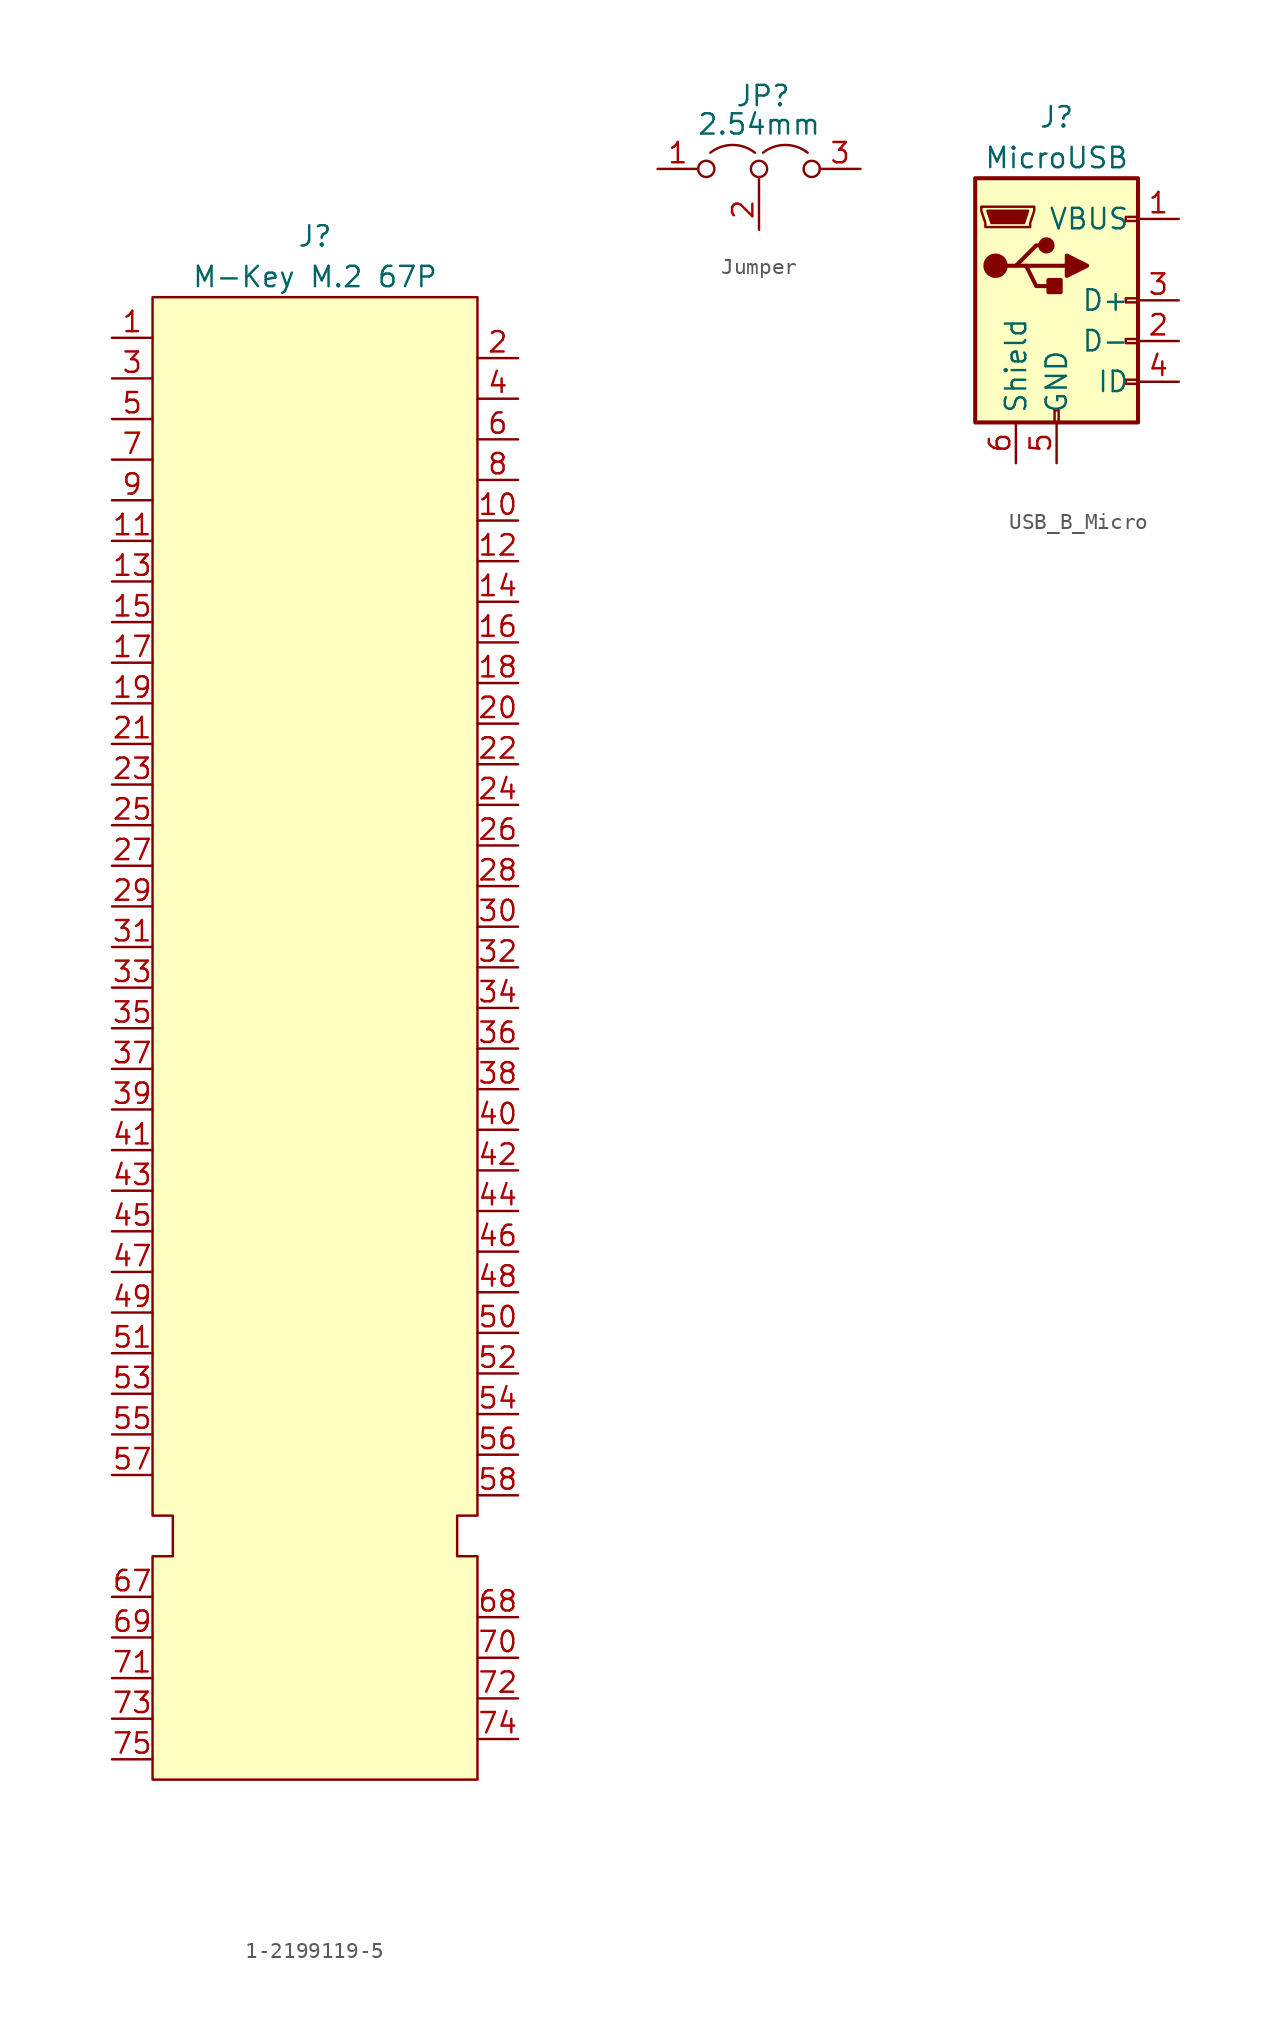
<source format=kicad_sym>
(kicad_symbol_lib
  (version 20241209)
  (generator "kicad_symbol_editor")
  (generator_version "9.0")
  (symbol "1-2199119-5"
    (property "Reference" "J"
      (at 0 57.15 0)
      (effects (font (size 1.27 1.27))))
    (property "Value" "M-Key M.2 67P"
      (at 0 54.61 0)
      (effects (font (size 1.27 1.27))))
    (symbol "1-2199119-5_0_0"
      (pin unspecified line (at -12.7 50.8 0) (length 2.54) (name "" (effects (font (size 1.27 1.27)))) (number "1" (effects (font (size 1.27 1.27)))))
      (pin unspecified line (at -12.7 48.26 0) (length 2.54) (name "" (effects (font (size 1.27 1.27)))) (number "3" (effects (font (size 1.27 1.27)))))
      (pin unspecified line (at -12.7 45.72 0) (length 2.54) (name "" (effects (font (size 1.27 1.27)))) (number "5" (effects (font (size 1.27 1.27)))))
      (pin unspecified line (at -12.7 43.18 0) (length 2.54) (name "" (effects (font (size 1.27 1.27)))) (number "7" (effects (font (size 1.27 1.27)))))
      (pin unspecified line (at -12.7 40.64 0) (length 2.54) (name "" (effects (font (size 1.27 1.27)))) (number "9" (effects (font (size 1.27 1.27)))))
      (pin unspecified line (at -12.7 38.1 0) (length 2.54) (name "" (effects (font (size 1.27 1.27)))) (number "11" (effects (font (size 1.27 1.27)))))
      (pin unspecified line (at -12.7 35.56 0) (length 2.54) (name "" (effects (font (size 1.27 1.27)))) (number "13" (effects (font (size 1.27 1.27)))))
      (pin unspecified line (at -12.7 33.02 0) (length 2.54) (name "" (effects (font (size 1.27 1.27)))) (number "15" (effects (font (size 1.27 1.27)))))
      (pin unspecified line (at -12.7 30.48 0) (length 2.54) (name "" (effects (font (size 1.27 1.27)))) (number "17" (effects (font (size 1.27 1.27)))))
      (pin unspecified line (at -12.7 27.94 0) (length 2.54) (name "" (effects (font (size 1.27 1.27)))) (number "19" (effects (font (size 1.27 1.27)))))
      (pin unspecified line (at -12.7 25.4 0) (length 2.54) (name "" (effects (font (size 1.27 1.27)))) (number "21" (effects (font (size 1.27 1.27)))))
      (pin unspecified line (at -12.7 22.86 0) (length 2.54) (name "" (effects (font (size 1.27 1.27)))) (number "23" (effects (font (size 1.27 1.27)))))
      (pin unspecified line (at -12.7 20.32 0) (length 2.54) (name "" (effects (font (size 1.27 1.27)))) (number "25" (effects (font (size 1.27 1.27)))))
      (pin unspecified line (at -12.7 17.78 0) (length 2.54) (name "" (effects (font (size 1.27 1.27)))) (number "27" (effects (font (size 1.27 1.27)))))
      (pin unspecified line (at -12.7 15.24 0) (length 2.54) (name "" (effects (font (size 1.27 1.27)))) (number "29" (effects (font (size 1.27 1.27)))))
      (pin unspecified line (at -12.7 12.7 0) (length 2.54) (name "" (effects (font (size 1.27 1.27)))) (number "31" (effects (font (size 1.27 1.27)))))
      (pin unspecified line (at -12.7 10.16 0) (length 2.54) (name "" (effects (font (size 1.27 1.27)))) (number "33" (effects (font (size 1.27 1.27)))))
      (pin unspecified line (at -12.7 7.62 0) (length 2.54) (name "" (effects (font (size 1.27 1.27)))) (number "35" (effects (font (size 1.27 1.27)))))
      (pin unspecified line (at -12.7 5.08 0) (length 2.54) (name "" (effects (font (size 1.27 1.27)))) (number "37" (effects (font (size 1.27 1.27)))))
      (pin unspecified line (at -12.7 2.54 0) (length 2.54) (name "" (effects (font (size 1.27 1.27)))) (number "39" (effects (font (size 1.27 1.27)))))
      (pin unspecified line (at -12.7 0 0) (length 2.54) (name "" (effects (font (size 1.27 1.27)))) (number "41" (effects (font (size 1.27 1.27)))))
      (pin unspecified line (at -12.7 -2.54 0) (length 2.54) (name "" (effects (font (size 1.27 1.27)))) (number "43" (effects (font (size 1.27 1.27)))))
      (pin unspecified line (at -12.7 -5.08 0) (length 2.54) (name "" (effects (font (size 1.27 1.27)))) (number "45" (effects (font (size 1.27 1.27)))))
      (pin unspecified line (at -12.7 -7.62 0) (length 2.54) (name "" (effects (font (size 1.27 1.27)))) (number "47" (effects (font (size 1.27 1.27)))))
      (pin unspecified line (at -12.7 -10.16 0) (length 2.54) (name "" (effects (font (size 1.27 1.27)))) (number "49" (effects (font (size 1.27 1.27)))))
      (pin unspecified line (at -12.7 -12.7 0) (length 2.54) (name "" (effects (font (size 1.27 1.27)))) (number "51" (effects (font (size 1.27 1.27)))))
      (pin unspecified line (at -12.7 -15.24 0) (length 2.54) (name "" (effects (font (size 1.27 1.27)))) (number "53" (effects (font (size 1.27 1.27)))))
      (pin unspecified line (at -12.7 -17.78 0) (length 2.54) (name "" (effects (font (size 1.27 1.27)))) (number "55" (effects (font (size 1.27 1.27)))))
      (pin unspecified line (at -12.7 -20.32 0) (length 2.54) (name "" (effects (font (size 1.27 1.27)))) (number "57" (effects (font (size 1.27 1.27)))))
      (pin unspecified line (at -12.7 -27.94 0) (length 2.54) (name "" (effects (font (size 1.27 1.27)))) (number "67" (effects (font (size 1.27 1.27)))))
      (pin unspecified line (at -12.7 -30.48 0) (length 2.54) (name "" (effects (font (size 1.27 1.27)))) (number "69" (effects (font (size 1.27 1.27)))))
      (pin unspecified line (at -12.7 -33.02 0) (length 2.54) (name "" (effects (font (size 1.27 1.27)))) (number "71" (effects (font (size 1.27 1.27)))))
      (pin unspecified line (at -12.7 -35.56 0) (length 2.54) (name "" (effects (font (size 1.27 1.27)))) (number "73" (effects (font (size 1.27 1.27)))))
      (pin unspecified line (at -12.7 -38.1 0) (length 2.54) (name "" (effects (font (size 1.27 1.27)))) (number "75" (effects (font (size 1.27 1.27)))))
      (pin unspecified line (at 12.7 49.53 180) (length 2.54) (name "" (effects (font (size 1.27 1.27)))) (number "2" (effects (font (size 1.27 1.27)))))
      (pin unspecified line (at 12.7 46.99 180) (length 2.54) (name "" (effects (font (size 1.27 1.27)))) (number "4" (effects (font (size 1.27 1.27)))))
      (pin unspecified line (at 12.7 44.45 180) (length 2.54) (name "" (effects (font (size 1.27 1.27)))) (number "6" (effects (font (size 1.27 1.27)))))
      (pin unspecified line (at 12.7 41.91 180) (length 2.54) (name "" (effects (font (size 1.27 1.27)))) (number "8" (effects (font (size 1.27 1.27)))))
      (pin unspecified line (at 12.7 39.37 180) (length 2.54) (name "" (effects (font (size 1.27 1.27)))) (number "10" (effects (font (size 1.27 1.27)))))
      (pin unspecified line (at 12.7 36.83 180) (length 2.54) (name "" (effects (font (size 1.27 1.27)))) (number "12" (effects (font (size 1.27 1.27)))))
      (pin unspecified line (at 12.7 34.29 180) (length 2.54) (name "" (effects (font (size 1.27 1.27)))) (number "14" (effects (font (size 1.27 1.27)))))
      (pin unspecified line (at 12.7 31.75 180) (length 2.54) (name "" (effects (font (size 1.27 1.27)))) (number "16" (effects (font (size 1.27 1.27)))))
      (pin unspecified line (at 12.7 29.21 180) (length 2.54) (name "" (effects (font (size 1.27 1.27)))) (number "18" (effects (font (size 1.27 1.27)))))
      (pin unspecified line (at 12.7 26.67 180) (length 2.54) (name "" (effects (font (size 1.27 1.27)))) (number "20" (effects (font (size 1.27 1.27)))))
      (pin unspecified line (at 12.7 24.13 180) (length 2.54) (name "" (effects (font (size 1.27 1.27)))) (number "22" (effects (font (size 1.27 1.27)))))
      (pin unspecified line (at 12.7 21.59 180) (length 2.54) (name "" (effects (font (size 1.27 1.27)))) (number "24" (effects (font (size 1.27 1.27)))))
      (pin unspecified line (at 12.7 19.05 180) (length 2.54) (name "" (effects (font (size 1.27 1.27)))) (number "26" (effects (font (size 1.27 1.27)))))
      (pin unspecified line (at 12.7 16.51 180) (length 2.54) (name "" (effects (font (size 1.27 1.27)))) (number "28" (effects (font (size 1.27 1.27)))))
      (pin unspecified line (at 12.7 13.97 180) (length 2.54) (name "" (effects (font (size 1.27 1.27)))) (number "30" (effects (font (size 1.27 1.27)))))
      (pin unspecified line (at 12.7 11.43 180) (length 2.54) (name "" (effects (font (size 1.27 1.27)))) (number "32" (effects (font (size 1.27 1.27)))))
      (pin unspecified line (at 12.7 8.89 180) (length 2.54) (name "" (effects (font (size 1.27 1.27)))) (number "34" (effects (font (size 1.27 1.27)))))
      (pin unspecified line (at 12.7 6.35 180) (length 2.54) (name "" (effects (font (size 1.27 1.27)))) (number "36" (effects (font (size 1.27 1.27)))))
      (pin unspecified line (at 12.7 3.81 180) (length 2.54) (name "" (effects (font (size 1.27 1.27)))) (number "38" (effects (font (size 1.27 1.27)))))
      (pin unspecified line (at 12.7 1.27 180) (length 2.54) (name "" (effects (font (size 1.27 1.27)))) (number "40" (effects (font (size 1.27 1.27)))))
      (pin unspecified line (at 12.7 -1.27 180) (length 2.54) (name "" (effects (font (size 1.27 1.27)))) (number "42" (effects (font (size 1.27 1.27)))))
      (pin unspecified line (at 12.7 -3.81 180) (length 2.54) (name "" (effects (font (size 1.27 1.27)))) (number "44" (effects (font (size 1.27 1.27)))))
      (pin unspecified line (at 12.7 -6.35 180) (length 2.54) (name "" (effects (font (size 1.27 1.27)))) (number "46" (effects (font (size 1.27 1.27)))))
      (pin unspecified line (at 12.7 -8.89 180) (length 2.54) (name "" (effects (font (size 1.27 1.27)))) (number "48" (effects (font (size 1.27 1.27)))))
      (pin unspecified line (at 12.7 -11.43 180) (length 2.54) (name "" (effects (font (size 1.27 1.27)))) (number "50" (effects (font (size 1.27 1.27)))))
      (pin unspecified line (at 12.7 -13.97 180) (length 2.54) (name "" (effects (font (size 1.27 1.27)))) (number "52" (effects (font (size 1.27 1.27)))))
      (pin unspecified line (at 12.7 -16.51 180) (length 2.54) (name "" (effects (font (size 1.27 1.27)))) (number "54" (effects (font (size 1.27 1.27)))))
      (pin unspecified line (at 12.7 -19.05 180) (length 2.54) (name "" (effects (font (size 1.27 1.27)))) (number "56" (effects (font (size 1.27 1.27)))))
      (pin unspecified line (at 12.7 -21.59 180) (length 2.54) (name "" (effects (font (size 1.27 1.27)))) (number "58" (effects (font (size 1.27 1.27)))))
      (pin unspecified line (at 12.7 -29.21 180) (length 2.54) (name "" (effects (font (size 1.27 1.27)))) (number "68" (effects (font (size 1.27 1.27)))))
      (pin unspecified line (at 12.7 -31.75 180) (length 2.54) (name "" (effects (font (size 1.27 1.27)))) (number "70" (effects (font (size 1.27 1.27)))))
      (pin unspecified line (at 12.7 -34.29 180) (length 2.54) (name "" (effects (font (size 1.27 1.27)))) (number "72" (effects (font (size 1.27 1.27)))))
      (pin unspecified line (at 12.7 -36.83 180) (length 2.54) (name "" (effects (font (size 1.27 1.27)))) (number "74" (effects (font (size 1.27 1.27))))))
    (symbol "1-2199119-5_1_1"
      (polyline (pts (xy 10.16 53.34) (xy 10.16 -22.86) (xy 8.89 -22.86) (xy 8.89 -25.4) (xy 10.16 -25.4) (xy 10.16 -39.37) (xy -10.16 -39.37) (xy -10.16 -25.4) (xy -8.89 -25.4) (xy -8.89 -22.86) (xy -10.16 -22.86) (xy -10.16 53.34) (xy 10.16 53.34)) (stroke (width 0) (type solid)) (fill (type background)))))
  (symbol "Jumper"
    (pin_names
      (offset 0)
      (hide yes))
    (property "Reference" "JP"
      (at 0.254 4.572 0)
      (effects (font (size 1.27 1.27))))
    (property "Value" "2.54mm"
      (at 0 2.794 0)
      (effects (font (size 1.27 1.27))))
    (symbol "Jumper_0_0"
      (circle (center -3.302 0) (radius 0.508) (stroke (width 0) (type default)) (fill (type none)))
      (circle (center 0 0) (radius 0.508) (stroke (width 0) (type default)) (fill (type none)))
      (circle (center 3.302 0) (radius 0.508) (stroke (width 0) (type default)) (fill (type none))))
    (symbol "Jumper_0_1"
      (arc (start -3.048 1.016) (mid -1.651 1.4992) (end -0.254 1.016) (stroke (width 0) (type default)) (fill (type none)))
      (polyline (pts (xy 0 -0.508) (xy 0 -1.27)) (stroke (width 0) (type default)) (fill (type none)))
      (arc (start 0.254 1.016) (mid 1.651 1.4992) (end 3.048 1.016) (stroke (width 0) (type default)) (fill (type none))))
    (symbol "Jumper_1_1"
      (pin passive line (at -6.35 0 0) (length 2.54) (name "A" (effects (font (size 1.27 1.27)))) (number "1" (effects (font (size 1.27 1.27)))))
      (pin passive line (at 0 -3.81 90) (length 2.54) (name "C" (effects (font (size 1.27 1.27)))) (number "2" (effects (font (size 1.27 1.27)))))
      (pin passive line (at 6.35 0 180) (length 2.54) (name "B" (effects (font (size 1.27 1.27)))) (number "3" (effects (font (size 1.27 1.27)))))))
  (symbol "USB_B_Micro"
    (property "Reference" "J"
      (at 0 11.43 0)
      (effects (font (size 1.27 1.27))))
    (property "Value" "MicroUSB"
      (at 0 8.89 0)
      (effects (font (size 1.27 1.27))))
    (symbol "USB_B_Micro_0_1"
      (rectangle (start -5.08 -7.62) (end 5.08 7.62) (stroke (width 0.254) (type default)) (fill (type background)))
      (polyline (pts (xy -4.699 5.842) (xy -4.699 5.588) (xy -4.445 4.826) (xy -4.445 4.572) (xy -1.651 4.572) (xy -1.651 4.826) (xy -1.397 5.588) (xy -1.397 5.842) (xy -4.699 5.842)) (stroke (width 0) (type default)) (fill (type none)))
      (polyline (pts (xy -4.318 5.588) (xy -1.778 5.588) (xy -2.032 4.826) (xy -4.064 4.826) (xy -4.318 5.588)) (stroke (width 0) (type default)) (fill (type outline)))
      (circle (center -3.81 2.159) (radius 0.635) (stroke (width 0.254) (type default)) (fill (type outline)))
      (polyline (pts (xy -3.175 2.159) (xy -2.54 2.159) (xy -1.27 3.429) (xy -0.635 3.429)) (stroke (width 0.254) (type default)) (fill (type none)))
      (polyline (pts (xy -2.54 2.159) (xy -1.905 2.159) (xy -1.27 0.889) (xy 0 0.889)) (stroke (width 0.254) (type default)) (fill (type none)))
      (polyline (pts (xy -1.905 2.159) (xy 0.635 2.159)) (stroke (width 0.254) (type default)) (fill (type none)))
      (circle (center -0.635 3.429) (radius 0.381) (stroke (width 0.254) (type default)) (fill (type outline)))
      (rectangle (start -0.127 -7.62) (end 0.127 -6.858) (stroke (width 0) (type default)) (fill (type none)))
      (rectangle (start 0.254 1.27) (end -0.508 0.508) (stroke (width 0.254) (type default)) (fill (type outline)))
      (polyline (pts (xy 0.635 2.794) (xy 0.635 1.524) (xy 1.905 2.159) (xy 0.635 2.794)) (stroke (width 0.254) (type default)) (fill (type outline)))
      (rectangle (start 5.08 4.953) (end 4.318 5.207) (stroke (width 0) (type default)) (fill (type none)))
      (rectangle (start 5.08 -0.127) (end 4.318 0.127) (stroke (width 0) (type default)) (fill (type none)))
      (rectangle (start 5.08 -2.667) (end 4.318 -2.413) (stroke (width 0) (type default)) (fill (type none)))
      (rectangle (start 5.08 -5.207) (end 4.318 -4.953) (stroke (width 0) (type default)) (fill (type none))))
    (symbol "USB_B_Micro_1_1"
      (pin passive line (at -2.54 -10.16 90) (length 2.54) (name "Shield" (effects (font (size 1.27 1.27)))) (number "6" (effects (font (size 1.27 1.27)))))
      (pin power_out line (at 0 -10.16 90) (length 2.54) (name "GND" (effects (font (size 1.27 1.27)))) (number "5" (effects (font (size 1.27 1.27)))))
      (pin power_out line (at 7.62 5.08 180) (length 2.54) (name "VBUS" (effects (font (size 1.27 1.27)))) (number "1" (effects (font (size 1.27 1.27)))))
      (pin bidirectional line (at 7.62 0 180) (length 2.54) (name "D+" (effects (font (size 1.27 1.27)))) (number "3" (effects (font (size 1.27 1.27)))))
      (pin bidirectional line (at 7.62 -2.54 180) (length 2.54) (name "D-" (effects (font (size 1.27 1.27)))) (number "2" (effects (font (size 1.27 1.27)))))
      (pin passive line (at 7.62 -5.08 180) (length 2.54) (name "ID" (effects (font (size 1.27 1.27)))) (number "4" (effects (font (size 1.27 1.27))))))))
</source>
